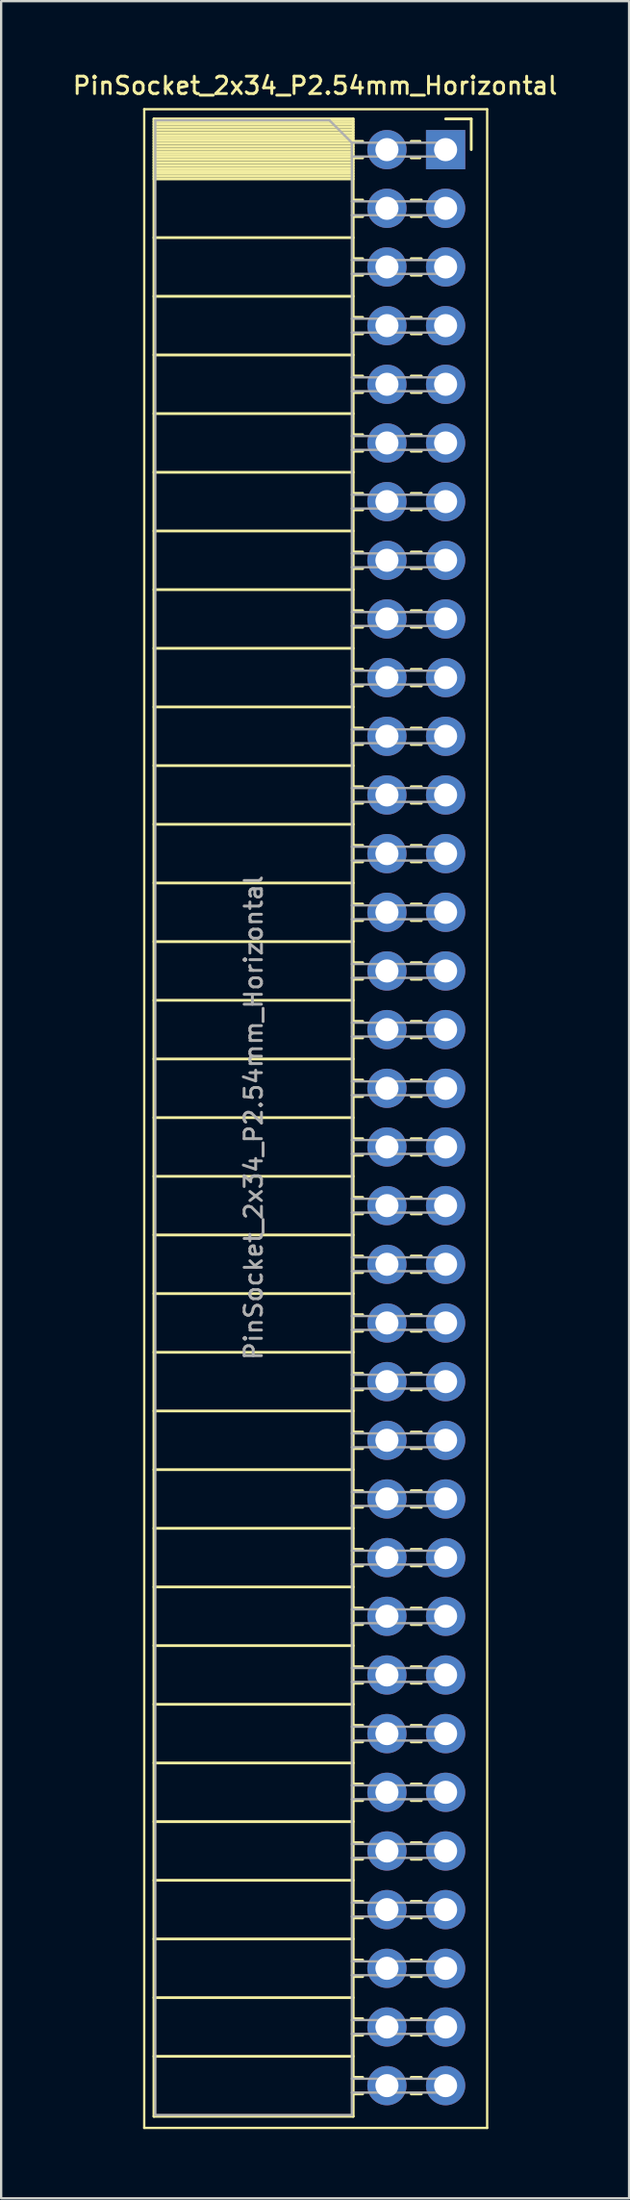
<source format=kicad_pcb>
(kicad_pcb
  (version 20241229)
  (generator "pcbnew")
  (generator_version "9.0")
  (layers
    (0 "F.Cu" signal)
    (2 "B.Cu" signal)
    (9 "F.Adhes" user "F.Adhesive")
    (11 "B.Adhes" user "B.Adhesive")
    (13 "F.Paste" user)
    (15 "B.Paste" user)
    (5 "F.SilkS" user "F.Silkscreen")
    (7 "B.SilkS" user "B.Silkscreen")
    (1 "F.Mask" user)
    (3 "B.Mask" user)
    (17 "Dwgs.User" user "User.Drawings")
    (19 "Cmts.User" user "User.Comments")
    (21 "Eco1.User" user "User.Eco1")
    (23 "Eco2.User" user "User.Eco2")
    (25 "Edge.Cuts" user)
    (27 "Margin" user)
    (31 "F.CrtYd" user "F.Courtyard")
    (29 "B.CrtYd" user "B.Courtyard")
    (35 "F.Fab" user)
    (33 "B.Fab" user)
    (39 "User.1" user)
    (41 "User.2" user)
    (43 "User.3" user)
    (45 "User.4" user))
  (footprint "PinSocket_2x34_P2.54mm_Horizontal"
    (layer "F.Cu")
    (at 16.245 3.428)
    (property "Reference" "PinSocket_2x34_P2.54mm_Horizontal" (at -5.65 -2.77 0) (layer "F.SilkS") (effects (font (size 0.75 0.75) (thickness 0.125))))
    (attr through_hole)
    (fp_line (start -13.05 -1.75) (end -13.05 85.65) (stroke (width 0.1) (type solid)) (layer "F.SilkS"))
    (fp_line (start -13.05 85.65) (end 1.8 85.65) (stroke (width 0.1) (type solid)) (layer "F.SilkS"))
    (fp_line (start -12.63 -1.33) (end -12.63 85.15) (stroke (width 0.12) (type solid)) (layer "F.SilkS"))
    (fp_line (start -12.63 -1.33) (end -4 -1.33) (stroke (width 0.12) (type solid)) (layer "F.SilkS"))
    (fp_line (start -12.63 -1.21) (end -4 -1.21) (stroke (width 0.12) (type solid)) (layer "F.SilkS"))
    (fp_line (start -12.63 -1.092) (end -4 -1.092) (stroke (width 0.12) (type solid)) (layer "F.SilkS"))
    (fp_line (start -12.63 -0.974) (end -4 -0.974) (stroke (width 0.12) (type solid)) (layer "F.SilkS"))
    (fp_line (start -12.63 -0.856) (end -4 -0.856) (stroke (width 0.12) (type solid)) (layer "F.SilkS"))
    (fp_line (start -12.63 -0.738) (end -4 -0.738) (stroke (width 0.12) (type solid)) (layer "F.SilkS"))
    (fp_line (start -12.63 -0.62) (end -4 -0.62) (stroke (width 0.12) (type solid)) (layer "F.SilkS"))
    (fp_line (start -12.63 -0.501) (end -4 -0.501) (stroke (width 0.12) (type solid)) (layer "F.SilkS"))
    (fp_line (start -12.63 -0.383) (end -4 -0.383) (stroke (width 0.12) (type solid)) (layer "F.SilkS"))
    (fp_line (start -12.63 -0.265) (end -4 -0.265) (stroke (width 0.12) (type solid)) (layer "F.SilkS"))
    (fp_line (start -12.63 -0.147) (end -4 -0.147) (stroke (width 0.12) (type solid)) (layer "F.SilkS"))
    (fp_line (start -12.63 -0.029) (end -4 -0.029) (stroke (width 0.12) (type solid)) (layer "F.SilkS"))
    (fp_line (start -12.63 0.089) (end -4 0.089) (stroke (width 0.12) (type solid)) (layer "F.SilkS"))
    (fp_line (start -12.63 0.207) (end -4 0.207) (stroke (width 0.12) (type solid)) (layer "F.SilkS"))
    (fp_line (start -12.63 0.325) (end -4 0.325) (stroke (width 0.12) (type solid)) (layer "F.SilkS"))
    (fp_line (start -12.63 0.443) (end -4 0.443) (stroke (width 0.12) (type solid)) (layer "F.SilkS"))
    (fp_line (start -12.63 0.561) (end -4 0.561) (stroke (width 0.12) (type solid)) (layer "F.SilkS"))
    (fp_line (start -12.63 0.68) (end -4 0.68) (stroke (width 0.12) (type solid)) (layer "F.SilkS"))
    (fp_line (start -12.63 0.798) (end -4 0.798) (stroke (width 0.12) (type solid)) (layer "F.SilkS"))
    (fp_line (start -12.63 0.916) (end -4 0.916) (stroke (width 0.12) (type solid)) (layer "F.SilkS"))
    (fp_line (start -12.63 1.034) (end -4 1.034) (stroke (width 0.12) (type solid)) (layer "F.SilkS"))
    (fp_line (start -12.63 1.152) (end -4 1.152) (stroke (width 0.12) (type solid)) (layer "F.SilkS"))
    (fp_line (start -12.63 1.27) (end -4 1.27) (stroke (width 0.12) (type solid)) (layer "F.SilkS"))
    (fp_line (start -12.63 3.81) (end -4 3.81) (stroke (width 0.12) (type solid)) (layer "F.SilkS"))
    (fp_line (start -12.63 6.35) (end -4 6.35) (stroke (width 0.12) (type solid)) (layer "F.SilkS"))
    (fp_line (start -12.63 8.89) (end -4 8.89) (stroke (width 0.12) (type solid)) (layer "F.SilkS"))
    (fp_line (start -12.63 11.43) (end -4 11.43) (stroke (width 0.12) (type solid)) (layer "F.SilkS"))
    (fp_line (start -12.63 13.97) (end -4 13.97) (stroke (width 0.12) (type solid)) (layer "F.SilkS"))
    (fp_line (start -12.63 16.51) (end -4 16.51) (stroke (width 0.12) (type solid)) (layer "F.SilkS"))
    (fp_line (start -12.63 19.05) (end -4 19.05) (stroke (width 0.12) (type solid)) (layer "F.SilkS"))
    (fp_line (start -12.63 21.59) (end -4 21.59) (stroke (width 0.12) (type solid)) (layer "F.SilkS"))
    (fp_line (start -12.63 24.13) (end -4 24.13) (stroke (width 0.12) (type solid)) (layer "F.SilkS"))
    (fp_line (start -12.63 26.67) (end -4 26.67) (stroke (width 0.12) (type solid)) (layer "F.SilkS"))
    (fp_line (start -12.63 29.21) (end -4 29.21) (stroke (width 0.12) (type solid)) (layer "F.SilkS"))
    (fp_line (start -12.63 31.75) (end -4 31.75) (stroke (width 0.12) (type solid)) (layer "F.SilkS"))
    (fp_line (start -12.63 34.29) (end -4 34.29) (stroke (width 0.12) (type solid)) (layer "F.SilkS"))
    (fp_line (start -12.63 36.83) (end -4 36.83) (stroke (width 0.12) (type solid)) (layer "F.SilkS"))
    (fp_line (start -12.63 39.37) (end -4 39.37) (stroke (width 0.12) (type solid)) (layer "F.SilkS"))
    (fp_line (start -12.63 41.91) (end -4 41.91) (stroke (width 0.12) (type solid)) (layer "F.SilkS"))
    (fp_line (start -12.63 44.45) (end -4 44.45) (stroke (width 0.12) (type solid)) (layer "F.SilkS"))
    (fp_line (start -12.63 46.99) (end -4 46.99) (stroke (width 0.12) (type solid)) (layer "F.SilkS"))
    (fp_line (start -12.63 49.53) (end -4 49.53) (stroke (width 0.12) (type solid)) (layer "F.SilkS"))
    (fp_line (start -12.63 52.07) (end -4 52.07) (stroke (width 0.12) (type solid)) (layer "F.SilkS"))
    (fp_line (start -12.63 54.61) (end -4 54.61) (stroke (width 0.12) (type solid)) (layer "F.SilkS"))
    (fp_line (start -12.63 57.15) (end -4 57.15) (stroke (width 0.12) (type solid)) (layer "F.SilkS"))
    (fp_line (start -12.63 59.69) (end -4 59.69) (stroke (width 0.12) (type solid)) (layer "F.SilkS"))
    (fp_line (start -12.63 62.23) (end -4 62.23) (stroke (width 0.12) (type solid)) (layer "F.SilkS"))
    (fp_line (start -12.63 64.77) (end -4 64.77) (stroke (width 0.12) (type solid)) (layer "F.SilkS"))
    (fp_line (start -12.63 67.31) (end -4 67.31) (stroke (width 0.12) (type solid)) (layer "F.SilkS"))
    (fp_line (start -12.63 69.85) (end -4 69.85) (stroke (width 0.12) (type solid)) (layer "F.SilkS"))
    (fp_line (start -12.63 72.39) (end -4 72.39) (stroke (width 0.12) (type solid)) (layer "F.SilkS"))
    (fp_line (start -12.63 74.93) (end -4 74.93) (stroke (width 0.12) (type solid)) (layer "F.SilkS"))
    (fp_line (start -12.63 77.47) (end -4 77.47) (stroke (width 0.12) (type solid)) (layer "F.SilkS"))
    (fp_line (start -12.63 80.01) (end -4 80.01) (stroke (width 0.12) (type solid)) (layer "F.SilkS"))
    (fp_line (start -12.63 82.55) (end -4 82.55) (stroke (width 0.12) (type solid)) (layer "F.SilkS"))
    (fp_line (start -12.63 85.15) (end -4 85.15) (stroke (width 0.12) (type solid)) (layer "F.SilkS"))
    (fp_line (start -4 -1.33) (end -4 85.15) (stroke (width 0.12) (type solid)) (layer "F.SilkS"))
    (fp_line (start -4 -0.36) (end -3.59 -0.36) (stroke (width 0.12) (type solid)) (layer "F.SilkS"))
    (fp_line (start -4 0.36) (end -3.59 0.36) (stroke (width 0.12) (type solid)) (layer "F.SilkS"))
    (fp_line (start -4 2.18) (end -3.59 2.18) (stroke (width 0.12) (type solid)) (layer "F.SilkS"))
    (fp_line (start -4 2.9) (end -3.59 2.9) (stroke (width 0.12) (type solid)) (layer "F.SilkS"))
    (fp_line (start -4 4.72) (end -3.59 4.72) (stroke (width 0.12) (type solid)) (layer "F.SilkS"))
    (fp_line (start -4 5.44) (end -3.59 5.44) (stroke (width 0.12) (type solid)) (layer "F.SilkS"))
    (fp_line (start -4 7.26) (end -3.59 7.26) (stroke (width 0.12) (type solid)) (layer "F.SilkS"))
    (fp_line (start -4 7.98) (end -3.59 7.98) (stroke (width 0.12) (type solid)) (layer "F.SilkS"))
    (fp_line (start -4 9.8) (end -3.59 9.8) (stroke (width 0.12) (type solid)) (layer "F.SilkS"))
    (fp_line (start -4 10.52) (end -3.59 10.52) (stroke (width 0.12) (type solid)) (layer "F.SilkS"))
    (fp_line (start -4 12.34) (end -3.59 12.34) (stroke (width 0.12) (type solid)) (layer "F.SilkS"))
    (fp_line (start -4 13.06) (end -3.59 13.06) (stroke (width 0.12) (type solid)) (layer "F.SilkS"))
    (fp_line (start -4 14.88) (end -3.59 14.88) (stroke (width 0.12) (type solid)) (layer "F.SilkS"))
    (fp_line (start -4 15.6) (end -3.59 15.6) (stroke (width 0.12) (type solid)) (layer "F.SilkS"))
    (fp_line (start -4 17.42) (end -3.59 17.42) (stroke (width 0.12) (type solid)) (layer "F.SilkS"))
    (fp_line (start -4 18.14) (end -3.59 18.14) (stroke (width 0.12) (type solid)) (layer "F.SilkS"))
    (fp_line (start -4 19.96) (end -3.59 19.96) (stroke (width 0.12) (type solid)) (layer "F.SilkS"))
    (fp_line (start -4 20.68) (end -3.59 20.68) (stroke (width 0.12) (type solid)) (layer "F.SilkS"))
    (fp_line (start -4 22.5) (end -3.59 22.5) (stroke (width 0.12) (type solid)) (layer "F.SilkS"))
    (fp_line (start -4 23.22) (end -3.59 23.22) (stroke (width 0.12) (type solid)) (layer "F.SilkS"))
    (fp_line (start -4 25.04) (end -3.59 25.04) (stroke (width 0.12) (type solid)) (layer "F.SilkS"))
    (fp_line (start -4 25.76) (end -3.59 25.76) (stroke (width 0.12) (type solid)) (layer "F.SilkS"))
    (fp_line (start -4 27.58) (end -3.59 27.58) (stroke (width 0.12) (type solid)) (layer "F.SilkS"))
    (fp_line (start -4 28.3) (end -3.59 28.3) (stroke (width 0.12) (type solid)) (layer "F.SilkS"))
    (fp_line (start -4 30.12) (end -3.59 30.12) (stroke (width 0.12) (type solid)) (layer "F.SilkS"))
    (fp_line (start -4 30.84) (end -3.59 30.84) (stroke (width 0.12) (type solid)) (layer "F.SilkS"))
    (fp_line (start -4 32.66) (end -3.59 32.66) (stroke (width 0.12) (type solid)) (layer "F.SilkS"))
    (fp_line (start -4 33.38) (end -3.59 33.38) (stroke (width 0.12) (type solid)) (layer "F.SilkS"))
    (fp_line (start -4 35.2) (end -3.59 35.2) (stroke (width 0.12) (type solid)) (layer "F.SilkS"))
    (fp_line (start -4 35.92) (end -3.59 35.92) (stroke (width 0.12) (type solid)) (layer "F.SilkS"))
    (fp_line (start -4 37.74) (end -3.59 37.74) (stroke (width 0.12) (type solid)) (layer "F.SilkS"))
    (fp_line (start -4 38.46) (end -3.59 38.46) (stroke (width 0.12) (type solid)) (layer "F.SilkS"))
    (fp_line (start -4 40.28) (end -3.59 40.28) (stroke (width 0.12) (type solid)) (layer "F.SilkS"))
    (fp_line (start -4 41) (end -3.59 41) (stroke (width 0.12) (type solid)) (layer "F.SilkS"))
    (fp_line (start -4 42.82) (end -3.59 42.82) (stroke (width 0.12) (type solid)) (layer "F.SilkS"))
    (fp_line (start -4 43.54) (end -3.59 43.54) (stroke (width 0.12) (type solid)) (layer "F.SilkS"))
    (fp_line (start -4 45.36) (end -3.59 45.36) (stroke (width 0.12) (type solid)) (layer "F.SilkS"))
    (fp_line (start -4 46.08) (end -3.59 46.08) (stroke (width 0.12) (type solid)) (layer "F.SilkS"))
    (fp_line (start -4 47.9) (end -3.59 47.9) (stroke (width 0.12) (type solid)) (layer "F.SilkS"))
    (fp_line (start -4 48.62) (end -3.59 48.62) (stroke (width 0.12) (type solid)) (layer "F.SilkS"))
    (fp_line (start -4 50.44) (end -3.59 50.44) (stroke (width 0.12) (type solid)) (layer "F.SilkS"))
    (fp_line (start -4 51.16) (end -3.59 51.16) (stroke (width 0.12) (type solid)) (layer "F.SilkS"))
    (fp_line (start -4 52.98) (end -3.59 52.98) (stroke (width 0.12) (type solid)) (layer "F.SilkS"))
    (fp_line (start -4 53.7) (end -3.59 53.7) (stroke (width 0.12) (type solid)) (layer "F.SilkS"))
    (fp_line (start -4 55.52) (end -3.59 55.52) (stroke (width 0.12) (type solid)) (layer "F.SilkS"))
    (fp_line (start -4 56.24) (end -3.59 56.24) (stroke (width 0.12) (type solid)) (layer "F.SilkS"))
    (fp_line (start -4 58.06) (end -3.59 58.06) (stroke (width 0.12) (type solid)) (layer "F.SilkS"))
    (fp_line (start -4 58.78) (end -3.59 58.78) (stroke (width 0.12) (type solid)) (layer "F.SilkS"))
    (fp_line (start -4 60.6) (end -3.59 60.6) (stroke (width 0.12) (type solid)) (layer "F.SilkS"))
    (fp_line (start -4 61.32) (end -3.59 61.32) (stroke (width 0.12) (type solid)) (layer "F.SilkS"))
    (fp_line (start -4 63.14) (end -3.59 63.14) (stroke (width 0.12) (type solid)) (layer "F.SilkS"))
    (fp_line (start -4 63.86) (end -3.59 63.86) (stroke (width 0.12) (type solid)) (layer "F.SilkS"))
    (fp_line (start -4 65.68) (end -3.59 65.68) (stroke (width 0.12) (type solid)) (layer "F.SilkS"))
    (fp_line (start -4 66.4) (end -3.59 66.4) (stroke (width 0.12) (type solid)) (layer "F.SilkS"))
    (fp_line (start -4 68.22) (end -3.59 68.22) (stroke (width 0.12) (type solid)) (layer "F.SilkS"))
    (fp_line (start -4 68.94) (end -3.59 68.94) (stroke (width 0.12) (type solid)) (layer "F.SilkS"))
    (fp_line (start -4 70.76) (end -3.59 70.76) (stroke (width 0.12) (type solid)) (layer "F.SilkS"))
    (fp_line (start -4 71.48) (end -3.59 71.48) (stroke (width 0.12) (type solid)) (layer "F.SilkS"))
    (fp_line (start -4 73.3) (end -3.59 73.3) (stroke (width 0.12) (type solid)) (layer "F.SilkS"))
    (fp_line (start -4 74.02) (end -3.59 74.02) (stroke (width 0.12) (type solid)) (layer "F.SilkS"))
    (fp_line (start -4 75.84) (end -3.59 75.84) (stroke (width 0.12) (type solid)) (layer "F.SilkS"))
    (fp_line (start -4 76.56) (end -3.59 76.56) (stroke (width 0.12) (type solid)) (layer "F.SilkS"))
    (fp_line (start -4 78.38) (end -3.59 78.38) (stroke (width 0.12) (type solid)) (layer "F.SilkS"))
    (fp_line (start -4 79.1) (end -3.59 79.1) (stroke (width 0.12) (type solid)) (layer "F.SilkS"))
    (fp_line (start -4 80.92) (end -3.59 80.92) (stroke (width 0.12) (type solid)) (layer "F.SilkS"))
    (fp_line (start -4 81.64) (end -3.59 81.64) (stroke (width 0.12) (type solid)) (layer "F.SilkS"))
    (fp_line (start -4 83.46) (end -3.59 83.46) (stroke (width 0.12) (type solid)) (layer "F.SilkS"))
    (fp_line (start -4 84.18) (end -3.59 84.18) (stroke (width 0.12) (type solid)) (layer "F.SilkS"))
    (fp_line (start -1.49 -0.36) (end -1.11 -0.36) (stroke (width 0.12) (type solid)) (layer "F.SilkS"))
    (fp_line (start -1.49 0.36) (end -1.11 0.36) (stroke (width 0.12) (type solid)) (layer "F.SilkS"))
    (fp_line (start -1.49 2.18) (end -1.05 2.18) (stroke (width 0.12) (type solid)) (layer "F.SilkS"))
    (fp_line (start -1.49 2.9) (end -1.05 2.9) (stroke (width 0.12) (type solid)) (layer "F.SilkS"))
    (fp_line (start -1.49 4.72) (end -1.05 4.72) (stroke (width 0.12) (type solid)) (layer "F.SilkS"))
    (fp_line (start -1.49 5.44) (end -1.05 5.44) (stroke (width 0.12) (type solid)) (layer "F.SilkS"))
    (fp_line (start -1.49 7.26) (end -1.05 7.26) (stroke (width 0.12) (type solid)) (layer "F.SilkS"))
    (fp_line (start -1.49 7.98) (end -1.05 7.98) (stroke (width 0.12) (type solid)) (layer "F.SilkS"))
    (fp_line (start -1.49 9.8) (end -1.05 9.8) (stroke (width 0.12) (type solid)) (layer "F.SilkS"))
    (fp_line (start -1.49 10.52) (end -1.05 10.52) (stroke (width 0.12) (type solid)) (layer "F.SilkS"))
    (fp_line (start -1.49 12.34) (end -1.05 12.34) (stroke (width 0.12) (type solid)) (layer "F.SilkS"))
    (fp_line (start -1.49 13.06) (end -1.05 13.06) (stroke (width 0.12) (type solid)) (layer "F.SilkS"))
    (fp_line (start -1.49 14.88) (end -1.05 14.88) (stroke (width 0.12) (type solid)) (layer "F.SilkS"))
    (fp_line (start -1.49 15.6) (end -1.05 15.6) (stroke (width 0.12) (type solid)) (layer "F.SilkS"))
    (fp_line (start -1.49 17.42) (end -1.05 17.42) (stroke (width 0.12) (type solid)) (layer "F.SilkS"))
    (fp_line (start -1.49 18.14) (end -1.05 18.14) (stroke (width 0.12) (type solid)) (layer "F.SilkS"))
    (fp_line (start -1.49 19.96) (end -1.05 19.96) (stroke (width 0.12) (type solid)) (layer "F.SilkS"))
    (fp_line (start -1.49 20.68) (end -1.05 20.68) (stroke (width 0.12) (type solid)) (layer "F.SilkS"))
    (fp_line (start -1.49 22.5) (end -1.05 22.5) (stroke (width 0.12) (type solid)) (layer "F.SilkS"))
    (fp_line (start -1.49 23.22) (end -1.05 23.22) (stroke (width 0.12) (type solid)) (layer "F.SilkS"))
    (fp_line (start -1.49 25.04) (end -1.05 25.04) (stroke (width 0.12) (type solid)) (layer "F.SilkS"))
    (fp_line (start -1.49 25.76) (end -1.05 25.76) (stroke (width 0.12) (type solid)) (layer "F.SilkS"))
    (fp_line (start -1.49 27.58) (end -1.05 27.58) (stroke (width 0.12) (type solid)) (layer "F.SilkS"))
    (fp_line (start -1.49 28.3) (end -1.05 28.3) (stroke (width 0.12) (type solid)) (layer "F.SilkS"))
    (fp_line (start -1.49 30.12) (end -1.05 30.12) (stroke (width 0.12) (type solid)) (layer "F.SilkS"))
    (fp_line (start -1.49 30.84) (end -1.05 30.84) (stroke (width 0.12) (type solid)) (layer "F.SilkS"))
    (fp_line (start -1.49 32.66) (end -1.05 32.66) (stroke (width 0.12) (type solid)) (layer "F.SilkS"))
    (fp_line (start -1.49 33.38) (end -1.05 33.38) (stroke (width 0.12) (type solid)) (layer "F.SilkS"))
    (fp_line (start -1.49 35.2) (end -1.05 35.2) (stroke (width 0.12) (type solid)) (layer "F.SilkS"))
    (fp_line (start -1.49 35.92) (end -1.05 35.92) (stroke (width 0.12) (type solid)) (layer "F.SilkS"))
    (fp_line (start -1.49 37.74) (end -1.05 37.74) (stroke (width 0.12) (type solid)) (layer "F.SilkS"))
    (fp_line (start -1.49 38.46) (end -1.05 38.46) (stroke (width 0.12) (type solid)) (layer "F.SilkS"))
    (fp_line (start -1.49 40.28) (end -1.05 40.28) (stroke (width 0.12) (type solid)) (layer "F.SilkS"))
    (fp_line (start -1.49 41) (end -1.05 41) (stroke (width 0.12) (type solid)) (layer "F.SilkS"))
    (fp_line (start -1.49 42.82) (end -1.05 42.82) (stroke (width 0.12) (type solid)) (layer "F.SilkS"))
    (fp_line (start -1.49 43.54) (end -1.05 43.54) (stroke (width 0.12) (type solid)) (layer "F.SilkS"))
    (fp_line (start -1.49 45.36) (end -1.05 45.36) (stroke (width 0.12) (type solid)) (layer "F.SilkS"))
    (fp_line (start -1.49 46.08) (end -1.05 46.08) (stroke (width 0.12) (type solid)) (layer "F.SilkS"))
    (fp_line (start -1.49 47.9) (end -1.05 47.9) (stroke (width 0.12) (type solid)) (layer "F.SilkS"))
    (fp_line (start -1.49 48.62) (end -1.05 48.62) (stroke (width 0.12) (type solid)) (layer "F.SilkS"))
    (fp_line (start -1.49 50.44) (end -1.05 50.44) (stroke (width 0.12) (type solid)) (layer "F.SilkS"))
    (fp_line (start -1.49 51.16) (end -1.05 51.16) (stroke (width 0.12) (type solid)) (layer "F.SilkS"))
    (fp_line (start -1.49 52.98) (end -1.05 52.98) (stroke (width 0.12) (type solid)) (layer "F.SilkS"))
    (fp_line (start -1.49 53.7) (end -1.05 53.7) (stroke (width 0.12) (type solid)) (layer "F.SilkS"))
    (fp_line (start -1.49 55.52) (end -1.05 55.52) (stroke (width 0.12) (type solid)) (layer "F.SilkS"))
    (fp_line (start -1.49 56.24) (end -1.05 56.24) (stroke (width 0.12) (type solid)) (layer "F.SilkS"))
    (fp_line (start -1.49 58.06) (end -1.05 58.06) (stroke (width 0.12) (type solid)) (layer "F.SilkS"))
    (fp_line (start -1.49 58.78) (end -1.05 58.78) (stroke (width 0.12) (type solid)) (layer "F.SilkS"))
    (fp_line (start -1.49 60.6) (end -1.05 60.6) (stroke (width 0.12) (type solid)) (layer "F.SilkS"))
    (fp_line (start -1.49 61.32) (end -1.05 61.32) (stroke (width 0.12) (type solid)) (layer "F.SilkS"))
    (fp_line (start -1.49 63.14) (end -1.05 63.14) (stroke (width 0.12) (type solid)) (layer "F.SilkS"))
    (fp_line (start -1.49 63.86) (end -1.05 63.86) (stroke (width 0.12) (type solid)) (layer "F.SilkS"))
    (fp_line (start -1.49 65.68) (end -1.05 65.68) (stroke (width 0.12) (type solid)) (layer "F.SilkS"))
    (fp_line (start -1.49 66.4) (end -1.05 66.4) (stroke (width 0.12) (type solid)) (layer "F.SilkS"))
    (fp_line (start -1.49 68.22) (end -1.05 68.22) (stroke (width 0.12) (type solid)) (layer "F.SilkS"))
    (fp_line (start -1.49 68.94) (end -1.05 68.94) (stroke (width 0.12) (type solid)) (layer "F.SilkS"))
    (fp_line (start -1.49 70.76) (end -1.05 70.76) (stroke (width 0.12) (type solid)) (layer "F.SilkS"))
    (fp_line (start -1.49 71.48) (end -1.05 71.48) (stroke (width 0.12) (type solid)) (layer "F.SilkS"))
    (fp_line (start -1.49 73.3) (end -1.05 73.3) (stroke (width 0.12) (type solid)) (layer "F.SilkS"))
    (fp_line (start -1.49 74.02) (end -1.05 74.02) (stroke (width 0.12) (type solid)) (layer "F.SilkS"))
    (fp_line (start -1.49 75.84) (end -1.05 75.84) (stroke (width 0.12) (type solid)) (layer "F.SilkS"))
    (fp_line (start -1.49 76.56) (end -1.05 76.56) (stroke (width 0.12) (type solid)) (layer "F.SilkS"))
    (fp_line (start -1.49 78.38) (end -1.05 78.38) (stroke (width 0.12) (type solid)) (layer "F.SilkS"))
    (fp_line (start -1.49 79.1) (end -1.05 79.1) (stroke (width 0.12) (type solid)) (layer "F.SilkS"))
    (fp_line (start -1.49 80.92) (end -1.05 80.92) (stroke (width 0.12) (type solid)) (layer "F.SilkS"))
    (fp_line (start -1.49 81.64) (end -1.05 81.64) (stroke (width 0.12) (type solid)) (layer "F.SilkS"))
    (fp_line (start -1.49 83.46) (end -1.05 83.46) (stroke (width 0.12) (type solid)) (layer "F.SilkS"))
    (fp_line (start -1.49 84.18) (end -1.05 84.18) (stroke (width 0.12) (type solid)) (layer "F.SilkS"))
    (fp_line (start 0 -1.33) (end 1.11 -1.33) (stroke (width 0.12) (type solid)) (layer "F.SilkS"))
    (fp_line (start 1.11 -1.33) (end 1.11 0) (stroke (width 0.12) (type solid)) (layer "F.SilkS"))
    (fp_line (start 1.8 -1.75) (end -13.05 -1.75) (stroke (width 0.1) (type solid)) (layer "F.SilkS"))
    (fp_line (start 1.8 85.65) (end 1.8 -1.75) (stroke (width 0.1) (type solid)) (layer "F.SilkS"))
    (fp_line (start -12.57 -1.27) (end -5.03 -1.27) (stroke (width 0.1) (type solid)) (layer "F.Fab"))
    (fp_line (start -12.57 85.09) (end -12.57 -1.27) (stroke (width 0.1) (type solid)) (layer "F.Fab"))
    (fp_line (start -5.03 -1.27) (end -4.06 -0.3) (stroke (width 0.1) (type solid)) (layer "F.Fab"))
    (fp_line (start -4.06 -0.3) (end -4.06 85.09) (stroke (width 0.1) (type solid)) (layer "F.Fab"))
    (fp_line (start -4.06 0.3) (end 0 0.3) (stroke (width 0.1) (type solid)) (layer "F.Fab"))
    (fp_line (start -4.06 2.84) (end 0 2.84) (stroke (width 0.1) (type solid)) (layer "F.Fab"))
    (fp_line (start -4.06 5.38) (end 0 5.38) (stroke (width 0.1) (type solid)) (layer "F.Fab"))
    (fp_line (start -4.06 7.92) (end 0 7.92) (stroke (width 0.1) (type solid)) (layer "F.Fab"))
    (fp_line (start -4.06 10.46) (end 0 10.46) (stroke (width 0.1) (type solid)) (layer "F.Fab"))
    (fp_line (start -4.06 13) (end 0 13) (stroke (width 0.1) (type solid)) (layer "F.Fab"))
    (fp_line (start -4.06 15.54) (end 0 15.54) (stroke (width 0.1) (type solid)) (layer "F.Fab"))
    (fp_line (start -4.06 18.08) (end 0 18.08) (stroke (width 0.1) (type solid)) (layer "F.Fab"))
    (fp_line (start -4.06 20.62) (end 0 20.62) (stroke (width 0.1) (type solid)) (layer "F.Fab"))
    (fp_line (start -4.06 23.16) (end 0 23.16) (stroke (width 0.1) (type solid)) (layer "F.Fab"))
    (fp_line (start -4.06 25.7) (end 0 25.7) (stroke (width 0.1) (type solid)) (layer "F.Fab"))
    (fp_line (start -4.06 28.24) (end 0 28.24) (stroke (width 0.1) (type solid)) (layer "F.Fab"))
    (fp_line (start -4.06 30.78) (end 0 30.78) (stroke (width 0.1) (type solid)) (layer "F.Fab"))
    (fp_line (start -4.06 33.32) (end 0 33.32) (stroke (width 0.1) (type solid)) (layer "F.Fab"))
    (fp_line (start -4.06 35.86) (end 0 35.86) (stroke (width 0.1) (type solid)) (layer "F.Fab"))
    (fp_line (start -4.06 38.4) (end 0 38.4) (stroke (width 0.1) (type solid)) (layer "F.Fab"))
    (fp_line (start -4.06 40.94) (end 0 40.94) (stroke (width 0.1) (type solid)) (layer "F.Fab"))
    (fp_line (start -4.06 43.48) (end 0 43.48) (stroke (width 0.1) (type solid)) (layer "F.Fab"))
    (fp_line (start -4.06 46.02) (end 0 46.02) (stroke (width 0.1) (type solid)) (layer "F.Fab"))
    (fp_line (start -4.06 48.56) (end 0 48.56) (stroke (width 0.1) (type solid)) (layer "F.Fab"))
    (fp_line (start -4.06 51.1) (end 0 51.1) (stroke (width 0.1) (type solid)) (layer "F.Fab"))
    (fp_line (start -4.06 53.64) (end 0 53.64) (stroke (width 0.1) (type solid)) (layer "F.Fab"))
    (fp_line (start -4.06 56.18) (end 0 56.18) (stroke (width 0.1) (type solid)) (layer "F.Fab"))
    (fp_line (start -4.06 58.72) (end 0 58.72) (stroke (width 0.1) (type solid)) (layer "F.Fab"))
    (fp_line (start -4.06 61.26) (end 0 61.26) (stroke (width 0.1) (type solid)) (layer "F.Fab"))
    (fp_line (start -4.06 63.8) (end 0 63.8) (stroke (width 0.1) (type solid)) (layer "F.Fab"))
    (fp_line (start -4.06 66.34) (end 0 66.34) (stroke (width 0.1) (type solid)) (layer "F.Fab"))
    (fp_line (start -4.06 68.88) (end 0 68.88) (stroke (width 0.1) (type solid)) (layer "F.Fab"))
    (fp_line (start -4.06 71.42) (end 0 71.42) (stroke (width 0.1) (type solid)) (layer "F.Fab"))
    (fp_line (start -4.06 73.96) (end 0 73.96) (stroke (width 0.1) (type solid)) (layer "F.Fab"))
    (fp_line (start -4.06 76.5) (end 0 76.5) (stroke (width 0.1) (type solid)) (layer "F.Fab"))
    (fp_line (start -4.06 79.04) (end 0 79.04) (stroke (width 0.1) (type solid)) (layer "F.Fab"))
    (fp_line (start -4.06 81.58) (end 0 81.58) (stroke (width 0.1) (type solid)) (layer "F.Fab"))
    (fp_line (start -4.06 84.12) (end 0 84.12) (stroke (width 0.1) (type solid)) (layer "F.Fab"))
    (fp_line (start -4.06 85.09) (end -12.57 85.09) (stroke (width 0.1) (type solid)) (layer "F.Fab"))
    (fp_line (start 0 -0.3) (end -4.06 -0.3) (stroke (width 0.1) (type solid)) (layer "F.Fab"))
    (fp_line (start 0 0.3) (end 0 -0.3) (stroke (width 0.1) (type solid)) (layer "F.Fab"))
    (fp_line (start 0 2.24) (end -4.06 2.24) (stroke (width 0.1) (type solid)) (layer "F.Fab"))
    (fp_line (start 0 2.84) (end 0 2.24) (stroke (width 0.1) (type solid)) (layer "F.Fab"))
    (fp_line (start 0 4.78) (end -4.06 4.78) (stroke (width 0.1) (type solid)) (layer "F.Fab"))
    (fp_line (start 0 5.38) (end 0 4.78) (stroke (width 0.1) (type solid)) (layer "F.Fab"))
    (fp_line (start 0 7.32) (end -4.06 7.32) (stroke (width 0.1) (type solid)) (layer "F.Fab"))
    (fp_line (start 0 7.92) (end 0 7.32) (stroke (width 0.1) (type solid)) (layer "F.Fab"))
    (fp_line (start 0 9.86) (end -4.06 9.86) (stroke (width 0.1) (type solid)) (layer "F.Fab"))
    (fp_line (start 0 10.46) (end 0 9.86) (stroke (width 0.1) (type solid)) (layer "F.Fab"))
    (fp_line (start 0 12.4) (end -4.06 12.4) (stroke (width 0.1) (type solid)) (layer "F.Fab"))
    (fp_line (start 0 13) (end 0 12.4) (stroke (width 0.1) (type solid)) (layer "F.Fab"))
    (fp_line (start 0 14.94) (end -4.06 14.94) (stroke (width 0.1) (type solid)) (layer "F.Fab"))
    (fp_line (start 0 15.54) (end 0 14.94) (stroke (width 0.1) (type solid)) (layer "F.Fab"))
    (fp_line (start 0 17.48) (end -4.06 17.48) (stroke (width 0.1) (type solid)) (layer "F.Fab"))
    (fp_line (start 0 18.08) (end 0 17.48) (stroke (width 0.1) (type solid)) (layer "F.Fab"))
    (fp_line (start 0 20.02) (end -4.06 20.02) (stroke (width 0.1) (type solid)) (layer "F.Fab"))
    (fp_line (start 0 20.62) (end 0 20.02) (stroke (width 0.1) (type solid)) (layer "F.Fab"))
    (fp_line (start 0 22.56) (end -4.06 22.56) (stroke (width 0.1) (type solid)) (layer "F.Fab"))
    (fp_line (start 0 23.16) (end 0 22.56) (stroke (width 0.1) (type solid)) (layer "F.Fab"))
    (fp_line (start 0 25.1) (end -4.06 25.1) (stroke (width 0.1) (type solid)) (layer "F.Fab"))
    (fp_line (start 0 25.7) (end 0 25.1) (stroke (width 0.1) (type solid)) (layer "F.Fab"))
    (fp_line (start 0 27.64) (end -4.06 27.64) (stroke (width 0.1) (type solid)) (layer "F.Fab"))
    (fp_line (start 0 28.24) (end 0 27.64) (stroke (width 0.1) (type solid)) (layer "F.Fab"))
    (fp_line (start 0 30.18) (end -4.06 30.18) (stroke (width 0.1) (type solid)) (layer "F.Fab"))
    (fp_line (start 0 30.78) (end 0 30.18) (stroke (width 0.1) (type solid)) (layer "F.Fab"))
    (fp_line (start 0 32.72) (end -4.06 32.72) (stroke (width 0.1) (type solid)) (layer "F.Fab"))
    (fp_line (start 0 33.32) (end 0 32.72) (stroke (width 0.1) (type solid)) (layer "F.Fab"))
    (fp_line (start 0 35.26) (end -4.06 35.26) (stroke (width 0.1) (type solid)) (layer "F.Fab"))
    (fp_line (start 0 35.86) (end 0 35.26) (stroke (width 0.1) (type solid)) (layer "F.Fab"))
    (fp_line (start 0 37.8) (end -4.06 37.8) (stroke (width 0.1) (type solid)) (layer "F.Fab"))
    (fp_line (start 0 38.4) (end 0 37.8) (stroke (width 0.1) (type solid)) (layer "F.Fab"))
    (fp_line (start 0 40.34) (end -4.06 40.34) (stroke (width 0.1) (type solid)) (layer "F.Fab"))
    (fp_line (start 0 40.94) (end 0 40.34) (stroke (width 0.1) (type solid)) (layer "F.Fab"))
    (fp_line (start 0 42.88) (end -4.06 42.88) (stroke (width 0.1) (type solid)) (layer "F.Fab"))
    (fp_line (start 0 43.48) (end 0 42.88) (stroke (width 0.1) (type solid)) (layer "F.Fab"))
    (fp_line (start 0 45.42) (end -4.06 45.42) (stroke (width 0.1) (type solid)) (layer "F.Fab"))
    (fp_line (start 0 46.02) (end 0 45.42) (stroke (width 0.1) (type solid)) (layer "F.Fab"))
    (fp_line (start 0 47.96) (end -4.06 47.96) (stroke (width 0.1) (type solid)) (layer "F.Fab"))
    (fp_line (start 0 48.56) (end 0 47.96) (stroke (width 0.1) (type solid)) (layer "F.Fab"))
    (fp_line (start 0 50.5) (end -4.06 50.5) (stroke (width 0.1) (type solid)) (layer "F.Fab"))
    (fp_line (start 0 51.1) (end 0 50.5) (stroke (width 0.1) (type solid)) (layer "F.Fab"))
    (fp_line (start 0 53.04) (end -4.06 53.04) (stroke (width 0.1) (type solid)) (layer "F.Fab"))
    (fp_line (start 0 53.64) (end 0 53.04) (stroke (width 0.1) (type solid)) (layer "F.Fab"))
    (fp_line (start 0 55.58) (end -4.06 55.58) (stroke (width 0.1) (type solid)) (layer "F.Fab"))
    (fp_line (start 0 56.18) (end 0 55.58) (stroke (width 0.1) (type solid)) (layer "F.Fab"))
    (fp_line (start 0 58.12) (end -4.06 58.12) (stroke (width 0.1) (type solid)) (layer "F.Fab"))
    (fp_line (start 0 58.72) (end 0 58.12) (stroke (width 0.1) (type solid)) (layer "F.Fab"))
    (fp_line (start 0 60.66) (end -4.06 60.66) (stroke (width 0.1) (type solid)) (layer "F.Fab"))
    (fp_line (start 0 61.26) (end 0 60.66) (stroke (width 0.1) (type solid)) (layer "F.Fab"))
    (fp_line (start 0 63.2) (end -4.06 63.2) (stroke (width 0.1) (type solid)) (layer "F.Fab"))
    (fp_line (start 0 63.8) (end 0 63.2) (stroke (width 0.1) (type solid)) (layer "F.Fab"))
    (fp_line (start 0 65.74) (end -4.06 65.74) (stroke (width 0.1) (type solid)) (layer "F.Fab"))
    (fp_line (start 0 66.34) (end 0 65.74) (stroke (width 0.1) (type solid)) (layer "F.Fab"))
    (fp_line (start 0 68.28) (end -4.06 68.28) (stroke (width 0.1) (type solid)) (layer "F.Fab"))
    (fp_line (start 0 68.88) (end 0 68.28) (stroke (width 0.1) (type solid)) (layer "F.Fab"))
    (fp_line (start 0 70.82) (end -4.06 70.82) (stroke (width 0.1) (type solid)) (layer "F.Fab"))
    (fp_line (start 0 71.42) (end 0 70.82) (stroke (width 0.1) (type solid)) (layer "F.Fab"))
    (fp_line (start 0 73.36) (end -4.06 73.36) (stroke (width 0.1) (type solid)) (layer "F.Fab"))
    (fp_line (start 0 73.96) (end 0 73.36) (stroke (width 0.1) (type solid)) (layer "F.Fab"))
    (fp_line (start 0 75.9) (end -4.06 75.9) (stroke (width 0.1) (type solid)) (layer "F.Fab"))
    (fp_line (start 0 76.5) (end 0 75.9) (stroke (width 0.1) (type solid)) (layer "F.Fab"))
    (fp_line (start 0 78.44) (end -4.06 78.44) (stroke (width 0.1) (type solid)) (layer "F.Fab"))
    (fp_line (start 0 79.04) (end 0 78.44) (stroke (width 0.1) (type solid)) (layer "F.Fab"))
    (fp_line (start 0 80.98) (end -4.06 80.98) (stroke (width 0.1) (type solid)) (layer "F.Fab"))
    (fp_line (start 0 81.58) (end 0 80.98) (stroke (width 0.1) (type solid)) (layer "F.Fab"))
    (fp_line (start 0 83.52) (end -4.06 83.52) (stroke (width 0.1) (type solid)) (layer "F.Fab"))
    (fp_line (start 0 84.12) (end 0 83.52) (stroke (width 0.1) (type solid)) (layer "F.Fab"))
    (fp_text user "${REFERENCE}" (at -8.315 41.91 90) (layer "F.Fab") (effects (font (size 0.75 0.75) (thickness 0.125))))
    (pad "1" thru_hole rect (at 0 0) (size 1.7 1.7) (drill 1) (layers "*.Cu" "*.Mask"))
    (pad "2" thru_hole oval (at -2.54 0) (size 1.7 1.7) (drill 1) (layers "*.Cu" "*.Mask"))
    (pad "3" thru_hole oval (at 0 2.54) (size 1.7 1.7) (drill 1) (layers "*.Cu" "*.Mask"))
    (pad "4" thru_hole oval (at -2.54 2.54) (size 1.7 1.7) (drill 1) (layers "*.Cu" "*.Mask"))
    (pad "5" thru_hole oval (at 0 5.08) (size 1.7 1.7) (drill 1) (layers "*.Cu" "*.Mask"))
    (pad "6" thru_hole oval (at -2.54 5.08) (size 1.7 1.7) (drill 1) (layers "*.Cu" "*.Mask"))
    (pad "7" thru_hole oval (at 0 7.62) (size 1.7 1.7) (drill 1) (layers "*.Cu" "*.Mask"))
    (pad "8" thru_hole oval (at -2.54 7.62) (size 1.7 1.7) (drill 1) (layers "*.Cu" "*.Mask"))
    (pad "9" thru_hole oval (at 0 10.16) (size 1.7 1.7) (drill 1) (layers "*.Cu" "*.Mask"))
    (pad "10" thru_hole oval (at -2.54 10.16) (size 1.7 1.7) (drill 1) (layers "*.Cu" "*.Mask"))
    (pad "11" thru_hole oval (at 0 12.7) (size 1.7 1.7) (drill 1) (layers "*.Cu" "*.Mask"))
    (pad "12" thru_hole oval (at -2.54 12.7) (size 1.7 1.7) (drill 1) (layers "*.Cu" "*.Mask"))
    (pad "13" thru_hole oval (at 0 15.24) (size 1.7 1.7) (drill 1) (layers "*.Cu" "*.Mask"))
    (pad "14" thru_hole oval (at -2.54 15.24) (size 1.7 1.7) (drill 1) (layers "*.Cu" "*.Mask"))
    (pad "15" thru_hole oval (at 0 17.78) (size 1.7 1.7) (drill 1) (layers "*.Cu" "*.Mask"))
    (pad "16" thru_hole oval (at -2.54 17.78) (size 1.7 1.7) (drill 1) (layers "*.Cu" "*.Mask"))
    (pad "17" thru_hole oval (at 0 20.32) (size 1.7 1.7) (drill 1) (layers "*.Cu" "*.Mask"))
    (pad "18" thru_hole oval (at -2.54 20.32) (size 1.7 1.7) (drill 1) (layers "*.Cu" "*.Mask"))
    (pad "19" thru_hole oval (at 0 22.86) (size 1.7 1.7) (drill 1) (layers "*.Cu" "*.Mask"))
    (pad "20" thru_hole oval (at -2.54 22.86) (size 1.7 1.7) (drill 1) (layers "*.Cu" "*.Mask"))
    (pad "21" thru_hole oval (at 0 25.4) (size 1.7 1.7) (drill 1) (layers "*.Cu" "*.Mask"))
    (pad "22" thru_hole oval (at -2.54 25.4) (size 1.7 1.7) (drill 1) (layers "*.Cu" "*.Mask"))
    (pad "23" thru_hole oval (at 0 27.94) (size 1.7 1.7) (drill 1) (layers "*.Cu" "*.Mask"))
    (pad "24" thru_hole oval (at -2.54 27.94) (size 1.7 1.7) (drill 1) (layers "*.Cu" "*.Mask"))
    (pad "25" thru_hole oval (at 0 30.48) (size 1.7 1.7) (drill 1) (layers "*.Cu" "*.Mask"))
    (pad "26" thru_hole oval (at -2.54 30.48) (size 1.7 1.7) (drill 1) (layers "*.Cu" "*.Mask"))
    (pad "27" thru_hole oval (at 0 33.02) (size 1.7 1.7) (drill 1) (layers "*.Cu" "*.Mask"))
    (pad "28" thru_hole oval (at -2.54 33.02) (size 1.7 1.7) (drill 1) (layers "*.Cu" "*.Mask"))
    (pad "29" thru_hole oval (at 0 35.56) (size 1.7 1.7) (drill 1) (layers "*.Cu" "*.Mask"))
    (pad "30" thru_hole oval (at -2.54 35.56) (size 1.7 1.7) (drill 1) (layers "*.Cu" "*.Mask"))
    (pad "31" thru_hole oval (at 0 38.1) (size 1.7 1.7) (drill 1) (layers "*.Cu" "*.Mask"))
    (pad "32" thru_hole oval (at -2.54 38.1) (size 1.7 1.7) (drill 1) (layers "*.Cu" "*.Mask"))
    (pad "33" thru_hole oval (at 0 40.64) (size 1.7 1.7) (drill 1) (layers "*.Cu" "*.Mask"))
    (pad "34" thru_hole oval (at -2.54 40.64) (size 1.7 1.7) (drill 1) (layers "*.Cu" "*.Mask"))
    (pad "35" thru_hole oval (at 0 43.18) (size 1.7 1.7) (drill 1) (layers "*.Cu" "*.Mask"))
    (pad "36" thru_hole oval (at -2.54 43.18) (size 1.7 1.7) (drill 1) (layers "*.Cu" "*.Mask"))
    (pad "37" thru_hole oval (at 0 45.72) (size 1.7 1.7) (drill 1) (layers "*.Cu" "*.Mask"))
    (pad "38" thru_hole oval (at -2.54 45.72) (size 1.7 1.7) (drill 1) (layers "*.Cu" "*.Mask"))
    (pad "39" thru_hole oval (at 0 48.26) (size 1.7 1.7) (drill 1) (layers "*.Cu" "*.Mask"))
    (pad "40" thru_hole oval (at -2.54 48.26) (size 1.7 1.7) (drill 1) (layers "*.Cu" "*.Mask"))
    (pad "41" thru_hole oval (at 0 50.8) (size 1.7 1.7) (drill 1) (layers "*.Cu" "*.Mask"))
    (pad "42" thru_hole oval (at -2.54 50.8) (size 1.7 1.7) (drill 1) (layers "*.Cu" "*.Mask"))
    (pad "43" thru_hole oval (at 0 53.34) (size 1.7 1.7) (drill 1) (layers "*.Cu" "*.Mask"))
    (pad "44" thru_hole oval (at -2.54 53.34) (size 1.7 1.7) (drill 1) (layers "*.Cu" "*.Mask"))
    (pad "45" thru_hole oval (at 0 55.88) (size 1.7 1.7) (drill 1) (layers "*.Cu" "*.Mask"))
    (pad "46" thru_hole oval (at -2.54 55.88) (size 1.7 1.7) (drill 1) (layers "*.Cu" "*.Mask"))
    (pad "47" thru_hole oval (at 0 58.42) (size 1.7 1.7) (drill 1) (layers "*.Cu" "*.Mask"))
    (pad "48" thru_hole oval (at -2.54 58.42) (size 1.7 1.7) (drill 1) (layers "*.Cu" "*.Mask"))
    (pad "49" thru_hole oval (at 0 60.96) (size 1.7 1.7) (drill 1) (layers "*.Cu" "*.Mask"))
    (pad "50" thru_hole oval (at -2.54 60.96) (size 1.7 1.7) (drill 1) (layers "*.Cu" "*.Mask"))
    (pad "51" thru_hole oval (at 0 63.5) (size 1.7 1.7) (drill 1) (layers "*.Cu" "*.Mask"))
    (pad "52" thru_hole oval (at -2.54 63.5) (size 1.7 1.7) (drill 1) (layers "*.Cu" "*.Mask"))
    (pad "53" thru_hole oval (at 0 66.04) (size 1.7 1.7) (drill 1) (layers "*.Cu" "*.Mask"))
    (pad "54" thru_hole oval (at -2.54 66.04) (size 1.7 1.7) (drill 1) (layers "*.Cu" "*.Mask"))
    (pad "55" thru_hole oval (at 0 68.58) (size 1.7 1.7) (drill 1) (layers "*.Cu" "*.Mask"))
    (pad "56" thru_hole oval (at -2.54 68.58) (size 1.7 1.7) (drill 1) (layers "*.Cu" "*.Mask"))
    (pad "57" thru_hole oval (at 0 71.12) (size 1.7 1.7) (drill 1) (layers "*.Cu" "*.Mask"))
    (pad "58" thru_hole oval (at -2.54 71.12) (size 1.7 1.7) (drill 1) (layers "*.Cu" "*.Mask"))
    (pad "59" thru_hole oval (at 0 73.66) (size 1.7 1.7) (drill 1) (layers "*.Cu" "*.Mask"))
    (pad "60" thru_hole oval (at -2.54 73.66) (size 1.7 1.7) (drill 1) (layers "*.Cu" "*.Mask"))
    (pad "61" thru_hole oval (at 0 76.2) (size 1.7 1.7) (drill 1) (layers "*.Cu" "*.Mask"))
    (pad "62" thru_hole oval (at -2.54 76.2) (size 1.7 1.7) (drill 1) (layers "*.Cu" "*.Mask"))
    (pad "63" thru_hole oval (at 0 78.74) (size 1.7 1.7) (drill 1) (layers "*.Cu" "*.Mask"))
    (pad "64" thru_hole oval (at -2.54 78.74) (size 1.7 1.7) (drill 1) (layers "*.Cu" "*.Mask"))
    (pad "65" thru_hole oval (at 0 81.28) (size 1.7 1.7) (drill 1) (layers "*.Cu" "*.Mask"))
    (pad "66" thru_hole oval (at -2.54 81.28) (size 1.7 1.7) (drill 1) (layers "*.Cu" "*.Mask"))
    (pad "67" thru_hole oval (at 0 83.82) (size 1.7 1.7) (drill 1) (layers "*.Cu" "*.Mask"))
    (pad "68" thru_hole oval (at -2.54 83.82) (size 1.7 1.7) (drill 1) (layers "*.Cu" "*.Mask")))
  (gr_rect
    (start -3 -3)
    (end 24.189 92.128)
    (stroke (width 0.1) (type default))
    (fill no)
    (layer "Edge.Cuts")))
</source>
